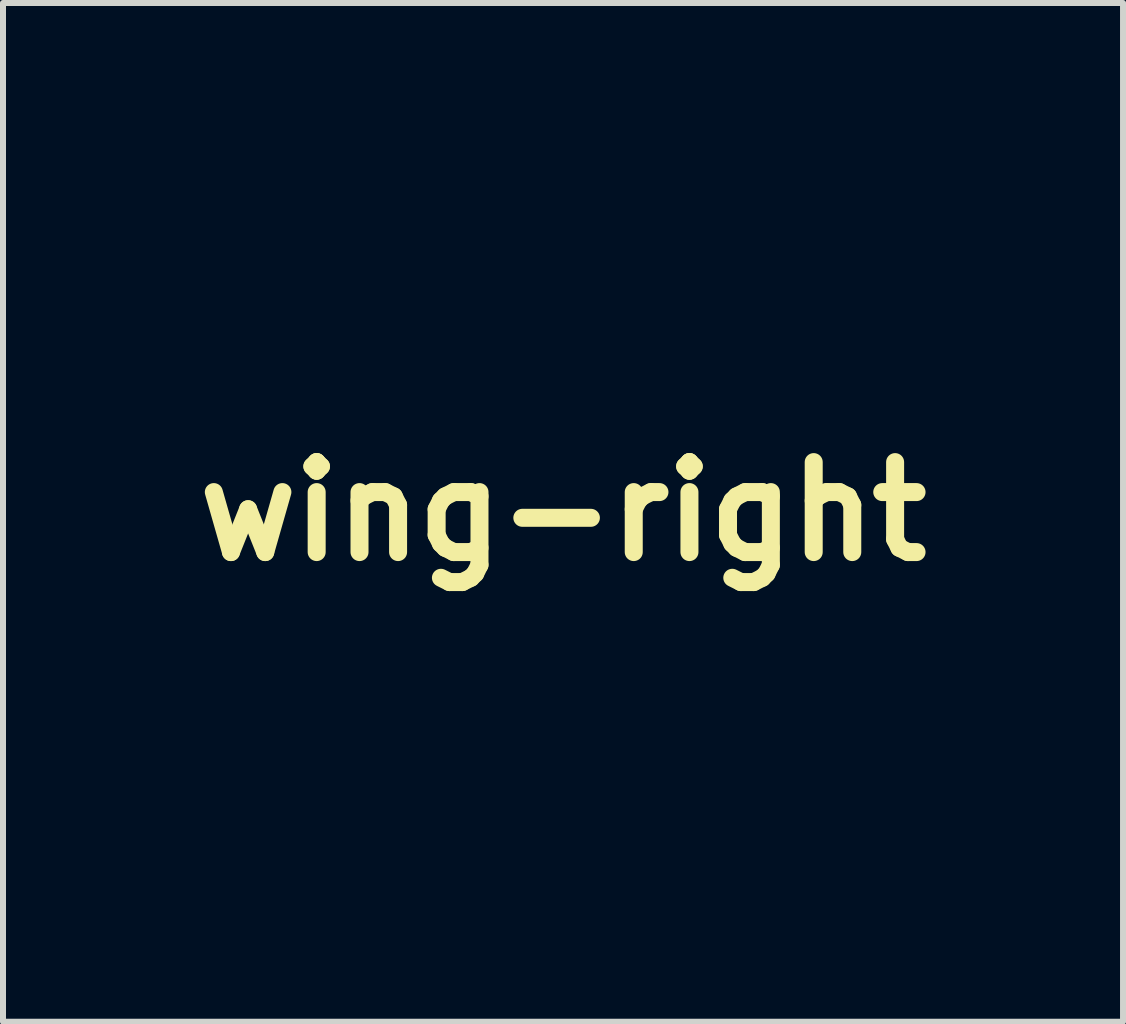
<source format=kicad_pcb>
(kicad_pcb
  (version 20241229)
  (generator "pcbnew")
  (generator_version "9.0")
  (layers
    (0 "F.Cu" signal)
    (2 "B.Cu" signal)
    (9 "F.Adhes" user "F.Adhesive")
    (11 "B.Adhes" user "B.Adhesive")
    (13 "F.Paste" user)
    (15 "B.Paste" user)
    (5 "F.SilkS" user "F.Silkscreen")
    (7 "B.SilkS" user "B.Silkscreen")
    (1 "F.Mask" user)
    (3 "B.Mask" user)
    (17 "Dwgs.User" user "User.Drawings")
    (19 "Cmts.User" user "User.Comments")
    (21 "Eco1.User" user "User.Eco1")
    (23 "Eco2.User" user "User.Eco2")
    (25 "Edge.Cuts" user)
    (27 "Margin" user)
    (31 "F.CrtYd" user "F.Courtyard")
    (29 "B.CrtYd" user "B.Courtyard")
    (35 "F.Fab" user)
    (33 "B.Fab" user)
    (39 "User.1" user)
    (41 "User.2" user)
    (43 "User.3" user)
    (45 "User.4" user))
  (footprint "wing-right"
    (layer "F.Cu")
    (at 6.336 5.475)
    (property "Reference" "wing-right" (at 0 0 0) (layer "F.SilkS") (effects (font (size 1.5 1.5) (thickness 0.3))))
    (attr board_only exclude_from_pos_files exclude_from_bom)
    (fp_poly (pts (xy -3.327 3.283) (xy -3.314 3.296) (xy -3.29 3.318) (xy -3.25 3.348) (xy -3.201 3.381) (xy -3.151 3.412) (xy -3.11 3.435) (xy -3.101 3.439) (xy -3.061 3.45) (xy -3.016 3.455) (xy -2.975 3.454) (xy -2.948 3.446) (xy -2.943 3.442) (xy -2.931 3.429) (xy -2.919 3.437) (xy -2.906 3.466) (xy -2.891 3.521) (xy -2.889 3.53) (xy -2.872 3.614) (xy -2.86 3.701) (xy -2.853 3.782) (xy -2.854 3.85) (xy -2.857 3.88) (xy -2.88 3.937) (xy -2.92 3.974) (xy -2.975 3.991) (xy -3.041 3.985) (xy -3.087 3.969) (xy -3.157 3.931) (xy -3.236 3.876) (xy -3.318 3.808) (xy -3.346 3.782) (xy -3.425 3.707) (xy -3.397 3.642) (xy -3.381 3.595) (xy -3.37 3.534) (xy -3.362 3.454) (xy -3.361 3.425) (xy -3.357 3.364) (xy -3.352 3.314) (xy -3.347 3.282) (xy -3.343 3.273)) (stroke (width 0) (type solid)) (fill yes) (layer "F.Mask"))
    (fp_poly (pts (xy -2.836 2.849) (xy -2.736 2.887) (xy -2.653 2.913) (xy -2.586 2.929) (xy -2.531 2.936) (xy -2.484 2.934) (xy -2.443 2.924) (xy -2.435 2.921) (xy -2.41 2.914) (xy -2.39 2.919) (xy -2.367 2.939) (xy -2.345 2.962) (xy -2.285 3.043) (xy -2.23 3.143) (xy -2.183 3.253) (xy -2.147 3.366) (xy -2.127 3.472) (xy -2.126 3.486) (xy -2.122 3.538) (xy -2.124 3.57) (xy -2.133 3.592) (xy -2.151 3.613) (xy -2.154 3.616) (xy -2.195 3.643) (xy -2.247 3.652) (xy -2.314 3.641) (xy -2.381 3.62) (xy -2.423 3.602) (xy -2.483 3.574) (xy -2.555 3.539) (xy -2.632 3.5) (xy -2.676 3.477) (xy -2.887 3.367) (xy -2.889 3.218) (xy -2.891 3.136) (xy -2.899 3.068) (xy -2.913 3.002) (xy -2.933 2.932) (xy -2.949 2.874) (xy -2.959 2.83) (xy -2.962 2.805) (xy -2.959 2.8)) (stroke (width 0) (type solid)) (fill yes) (layer "F.Mask"))
    (fp_poly (pts (xy -1.664 2.242) (xy -1.536 2.338) (xy -1.43 2.426) (xy -1.345 2.508) (xy -1.276 2.587) (xy -1.222 2.665) (xy -1.197 2.708) (xy -1.159 2.799) (xy -1.145 2.88) (xy -1.155 2.949) (xy -1.19 3.005) (xy -1.236 3.041) (xy -1.285 3.058) (xy -1.354 3.07) (xy -1.437 3.074) (xy -1.528 3.072) (xy -1.621 3.064) (xy -1.7 3.05) (xy -1.78 3.03) (xy -1.878 3.004) (xy -1.986 2.972) (xy -2.096 2.938) (xy -2.2 2.904) (xy -2.256 2.885) (xy -2.355 2.85) (xy -2.378 2.751) (xy -2.413 2.646) (xy -2.473 2.529) (xy -2.556 2.399) (xy -2.6 2.337) (xy -2.635 2.29) (xy -2.661 2.253) (xy -2.676 2.229) (xy -2.678 2.224) (xy -2.663 2.224) (xy -2.627 2.228) (xy -2.575 2.235) (xy -2.528 2.242) (xy -2.375 2.257) (xy -2.204 2.258) (xy -2.199 2.258) (xy -2.095 2.253) (xy -2.015 2.243) (xy -1.955 2.227) (xy -1.908 2.203) (xy -1.873 2.172) (xy -1.864 2.161) (xy -1.831 2.12)) (stroke (width 0) (type solid)) (fill yes) (layer "F.Mask"))
    (fp_poly (pts (xy -0.831 0.185) (xy -0.779 0.188) (xy -0.704 0.194) (xy -0.688 0.195) (xy -0.468 0.217) (xy -0.272 0.244) (xy -0.098 0.277) (xy 0.059 0.317) (xy 0.2 0.364) (xy 0.331 0.419) (xy 0.382 0.445) (xy 0.469 0.495) (xy 0.533 0.545) (xy 0.574 0.592) (xy 0.59 0.636) (xy 0.59 0.639) (xy 0.576 0.687) (xy 0.537 0.735) (xy 0.473 0.783) (xy 0.387 0.83) (xy 0.281 0.876) (xy 0.157 0.92) (xy 0.017 0.961) (xy -0.137 0.998) (xy -0.303 1.031) (xy -0.479 1.059) (xy -0.663 1.082) (xy -0.734 1.089) (xy -0.813 1.096) (xy -0.881 1.102) (xy -0.934 1.106) (xy -0.967 1.109) (xy -0.976 1.11) (xy -0.987 1.099) (xy -1.002 1.072) (xy -1.003 1.071) (xy -1.048 1.01) (xy -1.12 0.949) (xy -1.217 0.891) (xy -1.342 0.833) (xy -1.493 0.776) (xy -1.672 0.72) (xy -1.839 0.674) (xy -1.902 0.658) (xy -1.664 0.597) (xy -1.477 0.545) (xy -1.316 0.49) (xy -1.182 0.431) (xy -1.073 0.369) (xy -0.987 0.303) (xy -0.924 0.232) (xy -0.906 0.204) (xy -0.898 0.194) (xy -0.886 0.188) (xy -0.866 0.185)) (stroke (width 0) (type solid)) (fill yes) (layer "F.Mask"))
    (fp_poly (pts (xy -0.973 1.229) (xy -0.924 1.246) (xy -0.859 1.273) (xy -0.783 1.307) (xy -0.7 1.346) (xy -0.615 1.387) (xy -0.532 1.43) (xy -0.456 1.47) (xy -0.391 1.508) (xy -0.362 1.526) (xy -0.259 1.6) (xy -0.184 1.671) (xy -0.137 1.739) (xy -0.118 1.804) (xy -0.127 1.865) (xy -0.162 1.922) (xy -0.226 1.974) (xy -0.316 2.022) (xy -0.434 2.065) (xy -0.548 2.096) (xy -0.597 2.106) (xy -0.65 2.114) (xy -0.712 2.12) (xy -0.788 2.124) (xy -0.883 2.127) (xy -0.976 2.129) (xy -1.083 2.131) (xy -1.167 2.131) (xy -1.235 2.13) (xy -1.294 2.127) (xy -1.349 2.121) (xy -1.407 2.113) (xy -1.473 2.101) (xy -1.475 2.101) (xy -1.58 2.082) (xy -1.661 2.067) (xy -1.722 2.053) (xy -1.767 2.04) (xy -1.8 2.026) (xy -1.825 2.008) (xy -1.845 1.987) (xy -1.865 1.959) (xy -1.878 1.94) (xy -1.956 1.836) (xy -2.057 1.729) (xy -2.175 1.622) (xy -2.202 1.601) (xy -2.303 1.519) (xy -2.216 1.512) (xy -2.164 1.508) (xy -2.095 1.503) (xy -2.019 1.499) (xy -1.967 1.496) (xy -1.776 1.482) (xy -1.601 1.459) (xy -1.443 1.428) (xy -1.305 1.389) (xy -1.189 1.343) (xy -1.097 1.291) (xy -1.063 1.264) (xy -1.031 1.239) (xy -1.008 1.224) (xy -1.002 1.222)) (stroke (width 0) (type solid)) (fill yes) (layer "F.Mask"))
    (fp_poly (pts (xy 0.55 -1.028) (xy 0.596 -1.023) (xy 0.64 -1.014) (xy 0.688 -1) (xy 0.729 -0.986) (xy 0.829 -0.948) (xy 0.904 -0.91) (xy 0.955 -0.871) (xy 0.985 -0.828) (xy 0.997 -0.781) (xy 0.997 -0.772) (xy 0.985 -0.715) (xy 0.948 -0.655) (xy 0.886 -0.59) (xy 0.833 -0.548) (xy 0.751 -0.492) (xy 0.645 -0.431) (xy 0.521 -0.368) (xy 0.382 -0.303) (xy 0.233 -0.239) (xy 0.078 -0.178) (xy -0.079 -0.121) (xy -0.162 -0.094) (xy -0.224 -0.075) (xy -0.301 -0.053) (xy -0.387 -0.029) (xy -0.477 -0.005) (xy -0.568 0.019) (xy -0.654 0.04) (xy -0.731 0.059) (xy -0.794 0.073) (xy -0.838 0.082) (xy -0.857 0.084) (xy -0.885 0.072) (xy -0.898 0.053) (xy -0.921 0.016) (xy -0.962 -0.025) (xy -1.012 -0.064) (xy -1.026 -0.073) (xy -1.096 -0.106) (xy -1.19 -0.136) (xy -1.306 -0.162) (xy -1.437 -0.184) (xy -1.582 -0.2) (xy -1.699 -0.208) (xy -1.898 -0.218) (xy -1.724 -0.293) (xy -1.573 -0.362) (xy -1.439 -0.433) (xy -1.323 -0.504) (xy -1.227 -0.574) (xy -1.151 -0.641) (xy -1.099 -0.706) (xy -1.072 -0.765) (xy -1.068 -0.795) (xy -1.072 -0.829) (xy -1.081 -0.849) (xy -1.082 -0.85) (xy -1.096 -0.866) (xy -1.082 -0.879) (xy -1.042 -0.888) (xy -1.022 -0.891) (xy -0.988 -0.895) (xy -0.931 -0.901) (xy -0.855 -0.91) (xy -0.765 -0.92) (xy -0.666 -0.931) (xy -0.576 -0.941) (xy -0.401 -0.96) (xy -0.252 -0.977) (xy -0.124 -0.991) (xy -0.016 -1.002) (xy 0.075 -1.011) (xy 0.153 -1.018) (xy 0.221 -1.023) (xy 0.28 -1.026) (xy 0.334 -1.028) (xy 0.387 -1.029) (xy 0.414 -1.03) (xy 0.492 -1.03)) (stroke (width 0) (type solid)) (fill yes) (layer "F.Mask"))
    (fp_poly (pts (xy -1.515 -0.959) (xy -1.422 -0.952) (xy -1.345 -0.938) (xy -1.277 -0.916) (xy -1.212 -0.885) (xy -1.199 -0.877) (xy -1.152 -0.843) (xy -1.131 -0.809) (xy -1.135 -0.77) (xy -1.151 -0.738) (xy -1.179 -0.704) (xy -1.22 -0.667) (xy -1.277 -0.628) (xy -1.351 -0.584) (xy -1.445 -0.536) (xy -1.56 -0.481) (xy -1.698 -0.419) (xy -1.859 -0.35) (xy -1.972 -0.302) (xy -2.06 -0.264) (xy -2.127 -0.233) (xy -2.174 -0.209) (xy -2.204 -0.19) (xy -2.219 -0.175) (xy -2.221 -0.163) (xy -2.212 -0.152) (xy -2.204 -0.146) (xy -2.185 -0.142) (xy -2.143 -0.137) (xy -2.082 -0.131) (xy -2.006 -0.125) (xy -1.92 -0.118) (xy -1.898 -0.117) (xy -1.697 -0.101) (xy -1.524 -0.083) (xy -1.377 -0.061) (xy -1.255 -0.037) (xy -1.158 -0.009) (xy -1.085 0.023) (xy -1.035 0.059) (xy -1.007 0.099) (xy -1.005 0.103) (xy -1.002 0.15) (xy -1.025 0.196) (xy -1.074 0.243) (xy -1.15 0.29) (xy -1.253 0.337) (xy -1.383 0.385) (xy -1.54 0.434) (xy -1.725 0.483) (xy -1.938 0.533) (xy -2.009 0.549) (xy -2.131 0.577) (xy -2.225 0.603) (xy -2.291 0.627) (xy -2.33 0.649) (xy -2.338 0.658) (xy -2.334 0.675) (xy -2.308 0.697) (xy -2.265 0.72) (xy -2.212 0.742) (xy -2.185 0.751) (xy -2.148 0.76) (xy -2.09 0.775) (xy -2.016 0.793) (xy -1.933 0.812) (xy -1.861 0.829) (xy -1.698 0.868) (xy -1.56 0.902) (xy -1.445 0.934) (xy -1.353 0.964) (xy -1.281 0.992) (xy -1.226 1.02) (xy -1.188 1.047) (xy -1.163 1.075) (xy -1.159 1.083) (xy -1.146 1.125) (xy -1.158 1.161) (xy -1.196 1.194) (xy -1.22 1.207) (xy -1.27 1.229) (xy -1.329 1.249) (xy -1.4 1.267) (xy -1.485 1.283) (xy -1.587 1.298) (xy -1.709 1.312) (xy -1.854 1.325) (xy -2.023 1.339) (xy -2.058 1.342) (xy -2.2 1.353) (xy -2.315 1.363) (xy -2.407 1.373) (xy -2.477 1.382) (xy -2.528 1.392) (xy -2.562 1.401) (xy -2.573 1.406) (xy -2.59 1.417) (xy -2.591 1.429) (xy -2.575 1.45) (xy -2.562 1.464) (xy -2.537 1.488) (xy -2.495 1.525) (xy -2.442 1.572) (xy -2.382 1.624) (xy -2.353 1.648) (xy -2.247 1.739) (xy -2.161 1.814) (xy -2.094 1.876) (xy -2.043 1.928) (xy -2.007 1.971) (xy -1.984 2.008) (xy -1.971 2.04) (xy -1.967 2.07) (xy -1.967 2.071) (xy -1.98 2.106) (xy -2.018 2.131) (xy -2.081 2.148) (xy -2.165 2.155) (xy -2.271 2.153) (xy -2.397 2.142) (xy -2.542 2.121) (xy -2.574 2.116) (xy -2.685 2.097) (xy -2.77 2.085) (xy -2.832 2.08) (xy -2.872 2.082) (xy -2.891 2.09) (xy -2.894 2.097) (xy -2.886 2.114) (xy -2.864 2.149) (xy -2.832 2.199) (xy -2.791 2.261) (xy -2.751 2.318) (xy -2.674 2.429) (xy -2.613 2.52) (xy -2.565 2.594) (xy -2.529 2.653) (xy -2.504 2.7) (xy -2.489 2.737) (xy -2.48 2.767) (xy -2.479 2.781) (xy -2.479 2.82) (xy -2.49 2.84) (xy -2.499 2.844) (xy -2.532 2.845) (xy -2.586 2.835) (xy -2.657 2.814) (xy -2.74 2.785) (xy -2.806 2.759) (xy -2.918 2.713) (xy -3.005 2.68) (xy -3.067 2.658) (xy -3.105 2.647) (xy -3.116 2.648) (xy -3.118 2.659) (xy -3.115 2.686) (xy -3.105 2.73) (xy -3.088 2.793) (xy -3.063 2.879) (xy -3.042 2.95) (xy -3.013 3.055) (xy -2.993 3.149) (xy -2.982 3.228) (xy -2.98 3.289) (xy -2.988 3.329) (xy -2.992 3.336) (xy -3.016 3.355) (xy -3.047 3.359) (xy -3.089 3.348) (xy -3.143 3.32) (xy -3.213 3.274) (xy -3.275 3.23) (xy -3.333 3.189) (xy -3.374 3.167) (xy -3.399 3.164) (xy -3.412 3.178) (xy -3.415 3.2) (xy -3.416 3.228) (xy -3.417 3.278) (xy -3.418 3.342) (xy -3.419 3.414) (xy -3.419 3.415) (xy -3.422 3.493) (xy -3.425 3.549) (xy -3.431 3.589) (xy -3.44 3.619) (xy -3.451 3.64) (xy -3.485 3.679) (xy -3.53 3.694) (xy -3.585 3.683) (xy -3.645 3.652) (xy -3.685 3.623) (xy -3.735 3.582) (xy -3.788 3.535) (xy -3.839 3.488) (xy -3.882 3.444) (xy -3.913 3.409) (xy -3.921 3.396) (xy -3.927 3.382) (xy -3.919 3.382) (xy -3.892 3.397) (xy -3.889 3.4) (xy -3.852 3.418) (xy -3.821 3.428) (xy -3.817 3.428) (xy -3.763 3.415) (xy -3.717 3.376) (xy -3.679 3.315) (xy -3.651 3.234) (xy -3.633 3.133) (xy -3.626 3.017) (xy -3.627 2.943) (xy -3.634 2.796) (xy -3.57 2.795) (xy -3.488 2.785) (xy -3.422 2.755) (xy -3.374 2.708) (xy -3.348 2.647) (xy -3.344 2.606) (xy -3.354 2.532) (xy -3.384 2.447) (xy -3.431 2.356) (xy -3.491 2.264) (xy -3.561 2.179) (xy -3.563 2.177) (xy -3.627 2.109) (xy -3.555 2.078) (xy -3.485 2.037) (xy -3.43 1.984) (xy -3.397 1.924) (xy -3.392 1.903) (xy -3.393 1.838) (xy -3.418 1.767) (xy -3.464 1.695) (xy -3.528 1.625) (xy -3.608 1.56) (xy -3.7 1.504) (xy -3.712 1.498) (xy -3.761 1.473) (xy -3.799 1.453) (xy -3.819 1.441) (xy -3.821 1.439) (xy -3.813 1.426) (xy -3.793 1.397) (xy -3.771 1.368) (xy -3.716 1.282) (xy -3.687 1.206) (xy -3.684 1.138) (xy -3.707 1.08) (xy -3.757 1.031) (xy -3.784 1.015) (xy -3.79 1.013) (xy -3.428 1.013) (xy -3.415 1.028) (xy -3.378 1.05) (xy -3.314 1.078) (xy -3.229 1.111) (xy -3.101 1.162) (xy -2.999 1.213) (xy -2.923 1.262) (xy -2.886 1.296) (xy -2.85 1.343) (xy -2.829 1.387) (xy -2.827 1.422) (xy -2.834 1.435) (xy -2.859 1.446) (xy -2.906 1.457) (xy -2.968 1.466) (xy -3.039 1.471) (xy -3.112 1.473) (xy -3.164 1.472) (xy -3.228 1.47) (xy -3.265 1.471) (xy -3.277 1.474) (xy -3.261 1.479) (xy -3.218 1.486) (xy -3.193 1.489) (xy -3.117 1.496) (xy -3.035 1.5) (xy -2.953 1.501) (xy -2.879 1.498) (xy -2.822 1.492) (xy -2.803 1.488) (xy -2.76 1.472) (xy -2.727 1.454) (xy -2.722 1.45) (xy -2.701 1.414) (xy -2.7 1.367) (xy -2.719 1.315) (xy -2.737 1.289) (xy -2.775 1.245) (xy -2.815 1.208) (xy -2.865 1.173) (xy -2.929 1.135) (xy -3.013 1.092) (xy -3.164 1.017) (xy -3.025 0.993) (xy -2.889 0.964) (xy -2.77 0.928) (xy -2.67 0.887) (xy -2.59 0.842) (xy -2.533 0.793) (xy -2.5 0.741) (xy -2.492 0.688) (xy -2.493 0.682) (xy -2.518 0.625) (xy -2.57 0.572) (xy -2.649 0.522) (xy -2.753 0.475) (xy -2.883 0.433) (xy -3.012 0.401) (xy -3.031 0.396) (xy -3.036 0.389) (xy -3.026 0.378) (xy -2.996 0.359) (xy -2.948 0.331) (xy -2.808 0.247) (xy -2.695 0.169) (xy -2.608 0.095) (xy -2.544 0.024) (xy -2.53 0.004) (xy -2.496 -0.065) (xy -2.488 -0.126) (xy -2.508 -0.18) (xy -2.553 -0.224) (xy -2.625 -0.258) (xy -2.636 -0.262) (xy -2.709 -0.276) (xy -2.804 -0.283) (xy -2.914 -0.282) (xy -3.034 -0.273) (xy -3.159 -0.258) (xy -3.283 -0.235) (xy -3.358 -0.218) (xy -3.392 -0.209) (xy -3.408 -0.204) (xy -3.404 -0.202) (xy -3.377 -0.203) (xy -3.326 -0.206) (xy -3.294 -0.208) (xy -3.229 -0.212) (xy -3.145 -0.214) (xy -3.051 -0.216) (xy -2.957 -0.217) (xy -2.922 -0.217) (xy -2.833 -0.217) (xy -2.767 -0.215) (xy -2.719 -0.212) (xy -2.684 -0.207) (xy -2.657 -0.199) (xy -2.634 -0.189) (xy -2.592 -0.16) (xy -2.575 -0.124) (xy -2.582 -0.083) (xy -2.615 -0.034) (xy -2.672 0.021) (xy -2.756 0.084) (xy -2.865 0.155) (xy -3.001 0.234) (xy -3.042 0.256) (xy -3.112 0.295) (xy -3.182 0.332) (xy -3.243 0.364) (xy -3.289 0.387) (xy -3.291 0.388) (xy -3.333 0.41) (xy -3.362 0.428) (xy -3.372 0.437) (xy -3.359 0.448) (xy -3.321 0.463) (xy -3.257 0.483) (xy -3.166 0.509) (xy -3.098 0.527) (xy -2.956 0.566) (xy -2.839 0.603) (xy -2.748 0.637) (xy -2.683 0.668) (xy -2.645 0.696) (xy -2.636 0.71) (xy -2.638 0.74) (xy -2.668 0.77) (xy -2.725 0.801) (xy -2.81 0.831) (xy -2.923 0.862) (xy -3.063 0.892) (xy -3.181 0.917) (xy -3.273 0.939) (xy -3.342 0.958) (xy -3.389 0.976) (xy -3.417 0.993) (xy -3.428 1.009) (xy -3.428 1.013) (xy -3.79 1.013) (xy -3.83 1) (xy -3.897 0.991) (xy -3.979 0.989) (xy -4.068 0.993) (xy -4.159 1.003) (xy -4.245 1.018) (xy -4.292 1.031) (xy -4.395 1.066) (xy -4.503 1.112) (xy -4.607 1.163) (xy -4.697 1.216) (xy -4.745 1.25) (xy -4.784 1.278) (xy -4.808 1.289) (xy -4.816 1.281) (xy -4.812 1.252) (xy -4.794 1.2) (xy -4.784 1.173) (xy -4.736 1.06) (xy -4.671 0.932) (xy -4.593 0.794) (xy -4.504 0.65) (xy -4.408 0.505) (xy -4.309 0.365) (xy -4.209 0.233) (xy -4.111 0.116) (xy -4.042 0.04) (xy -3.953 -0.042) (xy -3.84 -0.129) (xy -3.706 -0.219) (xy -3.555 -0.311) (xy -3.39 -0.403) (xy -3.214 -0.493) (xy -3.031 -0.579) (xy -2.845 -0.66) (xy -2.658 -0.734) (xy -2.474 -0.799) (xy -2.296 -0.855) (xy -2.268 -0.862) (xy -2.139 -0.896) (xy -2.029 -0.922) (xy -1.932 -0.94) (xy -1.84 -0.952) (xy -1.747 -0.959) (xy -1.645 -0.961) (xy -1.63 -0.961)) (stroke (width 0) (type solid)) (fill yes) (layer "F.Mask"))
    (fp_poly (pts (xy 5.614 -5.475) (xy 5.614 -5.46) (xy 5.609 -5.422) (xy 5.601 -5.365) (xy 5.59 -5.294) (xy 5.579 -5.225) (xy 5.511 -4.876) (xy 5.43 -4.55) (xy 5.335 -4.247) (xy 5.225 -3.964) (xy 5.099 -3.7) (xy 4.957 -3.454) (xy 4.799 -3.225) (xy 4.623 -3.01) (xy 4.532 -2.912) (xy 4.418 -2.797) (xy 4.299 -2.687) (xy 4.172 -2.578) (xy 4.032 -2.465) (xy 3.873 -2.345) (xy 3.792 -2.286) (xy 3.787 -2.28) (xy 3.804 -2.285) (xy 3.839 -2.301) (xy 3.856 -2.309) (xy 4.03 -2.385) (xy 4.212 -2.452) (xy 4.409 -2.509) (xy 4.621 -2.557) (xy 4.855 -2.598) (xy 5.112 -2.633) (xy 5.121 -2.634) (xy 5.204 -2.644) (xy 5.264 -2.65) (xy 5.303 -2.653) (xy 5.326 -2.651) (xy 5.336 -2.644) (xy 5.337 -2.632) (xy 5.334 -2.614) (xy 5.332 -2.603) (xy 5.31 -2.512) (xy 5.275 -2.403) (xy 5.229 -2.284) (xy 5.177 -2.159) (xy 5.119 -2.036) (xy 5.059 -1.919) (xy 5.005 -1.826) (xy 4.853 -1.604) (xy 4.676 -1.389) (xy 4.477 -1.184) (xy 4.258 -0.991) (xy 4.023 -0.812) (xy 3.774 -0.649) (xy 3.514 -0.504) (xy 3.246 -0.379) (xy 3.048 -0.303) (xy 2.885 -0.246) (xy 3.067 -0.242) (xy 3.265 -0.231) (xy 3.451 -0.203) (xy 3.621 -0.161) (xy 3.773 -0.105) (xy 3.905 -0.035) (xy 4.004 0.039) (xy 4.065 0.093) (xy 4.019 0.161) (xy 3.923 0.288) (xy 3.813 0.416) (xy 3.693 0.54) (xy 3.57 0.653) (xy 3.45 0.75) (xy 3.397 0.787) (xy 3.242 0.882) (xy 3.078 0.965) (xy 2.905 1.035) (xy 2.718 1.094) (xy 2.516 1.143) (xy 2.295 1.181) (xy 2.055 1.21) (xy 1.791 1.229) (xy 1.609 1.238) (xy 1.588 1.24) (xy 1.59 1.243) (xy 1.618 1.25) (xy 1.63 1.253) (xy 1.84 1.308) (xy 2.044 1.382) (xy 2.239 1.472) (xy 2.418 1.577) (xy 2.579 1.693) (xy 2.691 1.793) (xy 2.742 1.848) (xy 2.794 1.908) (xy 2.841 1.97) (xy 2.88 2.026) (xy 2.909 2.074) (xy 2.922 2.107) (xy 2.922 2.113) (xy 2.91 2.137) (xy 2.875 2.169) (xy 2.824 2.206) (xy 2.758 2.246) (xy 2.684 2.286) (xy 2.605 2.324) (xy 2.525 2.357) (xy 2.481 2.372) (xy 2.339 2.413) (xy 2.199 2.44) (xy 2.051 2.454) (xy 1.888 2.456) (xy 1.841 2.454) (xy 1.706 2.447) (xy 1.596 2.435) (xy 1.513 2.419) (xy 1.404 2.392) (xy 1.518 2.505) (xy 1.646 2.65) (xy 1.762 2.818) (xy 1.864 3.004) (xy 1.949 3.205) (xy 1.985 3.308) (xy 2.017 3.416) (xy 2.045 3.525) (xy 2.066 3.627) (xy 2.08 3.713) (xy 2.082 3.737) (xy 2.086 3.786) (xy 1.861 3.785) (xy 1.731 3.781) (xy 1.614 3.773) (xy 1.5 3.758) (xy 1.381 3.735) (xy 1.248 3.703) (xy 1.208 3.693) (xy 1.058 3.649) (xy 0.911 3.597) (xy 0.774 3.54) (xy 0.654 3.48) (xy 0.558 3.422) (xy 0.525 3.4) (xy 0.503 3.387) (xy 0.499 3.386) (xy 0.503 3.397) (xy 0.518 3.427) (xy 0.542 3.471) (xy 0.555 3.495) (xy 0.652 3.694) (xy 0.723 3.904) (xy 0.733 3.943) (xy 0.748 4.007) (xy 0.757 4.07) (xy 0.762 4.14) (xy 0.764 4.227) (xy 0.765 4.264) (xy 0.763 4.367) (xy 0.758 4.454) (xy 0.747 4.534) (xy 0.73 4.615) (xy 0.704 4.709) (xy 0.687 4.765) (xy 0.663 4.839) (xy 0.645 4.89) (xy 0.626 4.922) (xy 0.603 4.937) (xy 0.57 4.941) (xy 0.523 4.935) (xy 0.47 4.926) (xy 0.284 4.883) (xy 0.103 4.82) (xy -0.071 4.739) (xy -0.232 4.642) (xy -0.376 4.532) (xy -0.498 4.41) (xy -0.533 4.369) (xy -0.583 4.305) (xy -0.584 4.523) (xy -0.585 4.611) (xy -0.587 4.678) (xy -0.592 4.731) (xy -0.599 4.777) (xy -0.611 4.823) (xy -0.622 4.863) (xy -0.669 5) (xy -0.721 5.117) (xy -0.783 5.222) (xy -0.859 5.323) (xy -0.933 5.405) (xy -0.974 5.448) (xy -1.009 5.482) (xy -1.031 5.503) (xy -1.038 5.507) (xy -1.051 5.498) (xy -1.081 5.474) (xy -1.126 5.437) (xy -1.18 5.392) (xy -1.221 5.357) (xy -1.421 5.169) (xy -1.594 4.974) (xy -1.742 4.771) (xy -1.863 4.559) (xy -1.958 4.338) (xy -1.983 4.268) (xy -1.989 4.25) (xy -0.618 4.25) (xy -0.611 4.257) (xy -0.604 4.25) (xy -0.611 4.243) (xy -0.618 4.25) (xy -1.989 4.25) (xy -2.03 4.123) (xy -2.039 4.278) (xy -2.06 4.478) (xy -2.097 4.658) (xy -2.153 4.821) (xy -2.229 4.97) (xy -2.325 5.109) (xy -2.333 5.119) (xy -2.371 5.165) (xy -2.405 5.201) (xy -2.429 5.222) (xy -2.436 5.226) (xy -2.454 5.217) (xy -2.484 5.191) (xy -2.522 5.155) (xy -2.534 5.142) (xy -2.612 5.044) (xy -2.676 4.925) (xy -2.726 4.785) (xy -2.764 4.622) (xy -2.781 4.503) (xy -2.791 4.422) (xy -2.799 4.368) (xy -2.807 4.339) (xy -2.815 4.334) (xy -2.825 4.35) (xy -2.838 4.387) (xy -2.851 4.426) (xy -2.9 4.556) (xy -2.961 4.68) (xy -3.032 4.795) (xy -3.109 4.896) (xy -3.189 4.979) (xy -3.269 5.039) (xy -3.282 5.046) (xy -3.34 5.076) (xy -3.381 5.088) (xy -3.411 5.082) (xy -3.436 5.055) (xy -3.464 5.005) (xy -3.471 4.992) (xy -3.537 4.838) (xy -3.582 4.679) (xy -3.608 4.51) (xy -3.615 4.362) (xy -3.617 4.208) (xy -3.68 4.334) (xy -3.762 4.477) (xy -3.849 4.593) (xy -3.941 4.683) (xy -4.03 4.741) (xy -4.062 4.755) (xy -4.081 4.756) (xy -4.1 4.743) (xy -4.103 4.74) (xy -4.151 4.684) (xy -4.196 4.606) (xy -4.236 4.514) (xy -4.268 4.413) (xy -4.289 4.312) (xy -4.293 4.279) (xy -4.3 4.232) (xy -4.307 4.199) (xy -4.313 4.187) (xy -4.326 4.197) (xy -4.348 4.225) (xy -4.362 4.245) (xy -4.423 4.326) (xy -4.492 4.399) (xy -4.564 4.46) (xy -4.634 4.504) (xy -4.689 4.524) (xy -4.726 4.529) (xy -4.754 4.518) (xy -4.772 4.502) (xy -4.814 4.443) (xy -4.849 4.359) (xy -4.877 4.252) (xy -4.895 4.125) (xy -4.896 4.112) (xy -4.905 4.017) (xy -4.959 4.065) (xy -5.051 4.134) (xy -5.16 4.194) (xy -5.215 4.217) (xy -5.289 4.245) (xy -5.313 4.214) (xy -5.347 4.155) (xy -5.374 4.069) (xy -5.393 3.959) (xy -5.404 3.825) (xy -5.405 3.798) (xy -5.407 3.723) (xy -5.407 3.654) (xy -5.406 3.6) (xy -5.403 3.565) (xy -5.402 3.559) (xy -5.396 3.539) (xy -5.39 3.537) (xy -5.382 3.556) (xy -5.372 3.596) (xy -5.339 3.681) (xy -5.294 3.741) (xy -5.239 3.777) (xy -5.175 3.787) (xy -5.106 3.77) (xy -5.033 3.726) (xy -5.012 3.709) (xy -4.948 3.653) (xy -4.939 3.688) (xy -4.918 3.729) (xy -4.881 3.771) (xy -4.835 3.807) (xy -4.791 3.826) (xy -4.79 3.826) (xy -4.724 3.826) (xy -4.654 3.803) (xy -4.586 3.76) (xy -4.524 3.702) (xy -4.475 3.631) (xy -4.466 3.613) (xy -4.448 3.575) (xy -4.435 3.549) (xy -4.432 3.543) (xy -4.418 3.546) (xy -4.39 3.562) (xy -4.354 3.586) (xy -4.317 3.613) (xy -4.286 3.638) (xy -4.267 3.657) (xy -4.266 3.66) (xy -4.259 3.698) (xy -4.257 3.756) (xy -4.26 3.829) (xy -4.268 3.909) (xy -4.279 3.988) (xy -4.288 4.045) (xy -4.294 4.091) (xy -4.296 4.119) (xy -4.295 4.125) (xy -4.287 4.118) (xy -4.274 4.089) (xy -4.259 4.043) (xy -4.243 3.986) (xy -4.227 3.923) (xy -4.213 3.86) (xy -4.203 3.801) (xy -4.2 3.778) (xy -4.191 3.713) (xy -4.182 3.67) (xy -4.171 3.642) (xy -4.156 3.622) (xy -4.15 3.618) (xy -4.118 3.578) (xy -4.088 3.521) (xy -4.063 3.454) (xy -4.052 3.403) (xy -4.044 3.367) (xy -4.036 3.346) (xy -4.034 3.344) (xy -4.023 3.355) (xy -4.003 3.384) (xy -3.985 3.414) (xy -3.936 3.489) (xy -3.873 3.563) (xy -3.804 3.63) (xy -3.733 3.686) (xy -3.665 3.727) (xy -3.611 3.746) (xy -3.565 3.755) (xy -3.575 3.883) (xy -3.581 3.952) (xy -3.589 4.02) (xy -3.596 4.076) (xy -3.597 4.087) (xy -3.603 4.13) (xy -3.605 4.161) (xy -3.604 4.169) (xy -3.597 4.161) (xy -3.585 4.132) (xy -3.571 4.089) (xy -3.556 4.038) (xy -3.542 3.987) (xy -3.532 3.941) (xy -3.526 3.908) (xy -3.526 3.901) (xy -3.523 3.826) (xy -3.513 3.777) (xy -3.494 3.752) (xy -3.465 3.753) (xy -3.424 3.777) (xy -3.369 3.826) (xy -3.347 3.847) (xy -3.278 3.91) (xy -3.208 3.965) (xy -3.149 4.002) (xy -3.098 4.027) (xy -3.06 4.041) (xy -3.022 4.045) (xy -2.973 4.043) (xy -2.97 4.042) (xy -2.882 4.035) (xy -2.861 4.087) (xy -2.844 4.137) (xy -2.831 4.188) (xy -2.83 4.191) (xy -2.821 4.224) (xy -2.81 4.242) (xy -2.808 4.243) (xy -2.8 4.23) (xy -2.797 4.197) (xy -2.797 4.152) (xy -2.801 4.101) (xy -2.809 4.053) (xy -2.81 4.051) (xy -2.816 4.004) (xy -2.808 3.964) (xy -2.8 3.946) (xy -2.781 3.887) (xy -2.772 3.81) (xy -2.772 3.723) (xy -2.782 3.634) (xy -2.793 3.582) (xy -2.806 3.532) (xy -2.815 3.494) (xy -2.818 3.475) (xy -2.818 3.474) (xy -2.805 3.479) (xy -2.776 3.495) (xy -2.746 3.514) (xy -2.649 3.571) (xy -2.55 3.622) (xy -2.453 3.665) (xy -2.364 3.698) (xy -2.288 3.717) (xy -2.239 3.723) (xy -2.197 3.732) (xy -2.161 3.763) (xy -2.159 3.765) (xy -2.126 3.815) (xy -2.096 3.883) (xy -2.071 3.958) (xy -2.059 4.014) (xy -2.05 4.051) (xy -2.04 4.072) (xy -2.036 4.074) (xy -2.029 4.062) (xy -2.03 4.028) (xy -2.036 3.978) (xy -2.049 3.919) (xy -2.066 3.854) (xy -2.079 3.812) (xy -2.118 3.698) (xy -2.089 3.669) (xy -2.067 3.63) (xy -2.055 3.571) (xy -2.053 3.501) (xy -2.063 3.426) (xy -2.072 3.391) (xy -2.102 3.307) (xy -2.144 3.21) (xy -2.195 3.109) (xy -2.239 3.031) (xy -2.262 2.991) (xy -2.276 2.962) (xy -2.278 2.95) (xy -2.278 2.95) (xy -2.261 2.955) (xy -2.225 2.969) (xy -2.177 2.989) (xy -2.156 2.997) (xy -2.03 3.047) (xy -1.902 3.092) (xy -1.776 3.13) (xy -1.659 3.159) (xy -1.555 3.18) (xy -1.47 3.189) (xy -1.456 3.19) (xy -1.428 3.194) (xy -1.402 3.21) (xy -1.371 3.244) (xy -1.356 3.263) (xy -1.329 3.298) (xy -1.288 3.349) (xy -1.238 3.412) (xy -1.181 3.482) (xy -1.122 3.554) (xy -1.122 3.554) (xy -1.005 3.7) (xy -0.905 3.828) (xy -0.821 3.94) (xy -0.75 4.039) (xy -0.692 4.126) (xy -0.692 4.127) (xy -0.662 4.172) (xy -0.639 4.205) (xy -0.624 4.222) (xy -0.622 4.223) (xy -0.625 4.208) (xy -0.639 4.174) (xy -0.661 4.125) (xy -0.69 4.066) (xy -0.722 4.002) (xy -0.755 3.938) (xy -0.787 3.879) (xy -0.815 3.83) (xy -0.816 3.828) (xy -0.878 3.732) (xy -0.948 3.635) (xy -1.03 3.532) (xy -1.128 3.42) (xy -1.178 3.365) (xy -1.23 3.308) (xy -1.273 3.258) (xy -1.306 3.219) (xy -1.324 3.195) (xy -1.327 3.188) (xy -1.311 3.18) (xy -1.278 3.172) (xy -1.272 3.171) (xy -1.208 3.15) (xy -1.14 3.112) (xy -1.08 3.063) (xy -1.052 3.03) (xy -1.025 2.986) (xy -1.014 2.942) (xy -1.012 2.899) (xy -1.02 2.824) (xy -1.046 2.748) (xy -1.091 2.666) (xy -1.157 2.578) (xy -1.246 2.48) (xy -1.296 2.43) (xy -1.341 2.385) (xy -1.368 2.357) (xy -1.378 2.344) (xy -1.373 2.341) (xy -1.354 2.348) (xy -1.342 2.353) (xy -1.142 2.435) (xy -0.96 2.514) (xy -0.792 2.592) (xy -0.633 2.671) (xy -0.477 2.754) (xy -0.32 2.844) (xy -0.158 2.942) (xy 0.015 3.053) (xy 0.203 3.177) (xy 0.281 3.23) (xy 0.471 3.359) (xy 0.372 3.266) (xy 0.163 3.08) (xy -0.057 2.907) (xy -0.284 2.751) (xy -0.51 2.614) (xy -0.63 2.551) (xy -0.702 2.515) (xy -0.768 2.484) (xy -0.835 2.455) (xy -0.907 2.426) (xy -0.989 2.394) (xy -1.086 2.359) (xy -1.204 2.317) (xy -1.229 2.308) (xy -1.312 2.279) (xy -1.383 2.254) (xy -1.438 2.233) (xy -1.475 2.219) (xy -1.49 2.212) (xy -1.488 2.212) (xy -1.261 2.251) (xy -1.055 2.273) (xy -0.866 2.28) (xy -0.691 2.271) (xy -0.528 2.246) (xy -0.373 2.204) (xy -0.316 2.185) (xy -0.228 2.153) (xy -0.158 2.131) (xy -0.096 2.117) (xy -0.035 2.109) (xy 0.035 2.105) (xy 0.105 2.105) (xy 0.21 2.107) (xy 0.317 2.116) (xy 0.429 2.131) (xy 0.55 2.154) (xy 0.684 2.184) (xy 0.835 2.223) (xy 1.006 2.272) (xy 1.11 2.303) (xy 1.185 2.325) (xy 1.251 2.344) (xy 1.303 2.359) (xy 1.335 2.367) (xy 1.345 2.368) (xy 1.334 2.362) (xy 1.302 2.346) (xy 1.251 2.322) (xy 1.187 2.293) (xy 1.113 2.259) (xy 1.032 2.224) (xy 0.95 2.188) (xy 0.869 2.153) (xy 0.795 2.121) (xy 0.73 2.094) (xy 0.679 2.073) (xy 0.672 2.071) (xy 0.474 2.002) (xy 0.288 1.956) (xy 0.181 1.939) (xy 0.045 1.921) (xy 0.046 1.856) (xy 0.038 1.785) (xy 0.008 1.715) (xy -0.044 1.643) (xy -0.084 1.601) (xy -0.181 1.517) (xy -0.304 1.43) (xy -0.454 1.343) (xy -0.552 1.293) (xy -0.612 1.262) (xy -0.66 1.235) (xy -0.691 1.214) (xy -0.703 1.202) (xy -0.702 1.201) (xy -0.683 1.198) (xy -0.639 1.196) (xy -0.573 1.194) (xy -0.487 1.192) (xy -0.384 1.191) (xy -0.268 1.191) (xy -0.141 1.191) (xy -0.006 1.192) (xy 0.134 1.193) (xy 0.276 1.194) (xy 0.417 1.196) (xy 0.555 1.198) (xy 0.686 1.201) (xy 0.808 1.204) (xy 0.917 1.207) (xy 1.012 1.211) (xy 1.054 1.213) (xy 1.158 1.218) (xy 1.254 1.223) (xy 1.336 1.226) (xy 1.402 1.229) (xy 1.448 1.23) (xy 1.471 1.23) (xy 1.472 1.23) (xy 1.462 1.225) (xy 1.429 1.215) (xy 1.377 1.202) (xy 1.313 1.186) (xy 1.24 1.169) (xy 1.163 1.152) (xy 1.087 1.135) (xy 1.017 1.121) (xy 0.957 1.11) (xy 0.927 1.104) (xy 0.796 1.086) (xy 0.64 1.069) (xy 0.46 1.052) (xy 0.375 1.046) (xy 0.251 1.036) (xy 0.403 0.961) (xy 0.528 0.893) (xy 0.624 0.826) (xy 0.692 0.759) (xy 0.733 0.694) (xy 0.746 0.629) (xy 0.73 0.566) (xy 0.687 0.504) (xy 0.616 0.444) (xy 0.516 0.384) (xy 0.507 0.38) (xy 0.406 0.335) (xy 0.281 0.292) (xy 0.14 0.25) (xy -0.012 0.212) (xy -0.171 0.18) (xy -0.329 0.153) (xy -0.452 0.138) (xy -0.516 0.131) (xy -0.568 0.125) (xy -0.602 0.12) (xy -0.614 0.117) (xy -0.599 0.113) (xy -0.562 0.104) (xy -0.507 0.09) (xy -0.436 0.074) (xy -0.358 0.055) (xy -0.268 0.034) (xy -0.178 0.011) (xy -0.096 -0.011) (xy -0.028 -0.031) (xy 0.007 -0.042) (xy 0.04 -0.054) (xy 0.071 -0.063) (xy 0.103 -0.07) (xy 0.14 -0.076) (xy 0.185 -0.081) (xy 0.244 -0.085) (xy 0.319 -0.089) (xy 0.414 -0.093) (xy 0.533 -0.097) (xy 0.541 -0.098) (xy 0.784 -0.107) (xy 1.02 -0.117) (xy 1.249 -0.128) (xy 1.469 -0.138) (xy 1.678 -0.149) (xy 1.874 -0.161) (xy 2.056 -0.172) (xy 2.222 -0.183) (xy 2.371 -0.194) (xy 2.501 -0.204) (xy 2.61 -0.215) (xy 2.697 -0.224) (xy 2.76 -0.233) (xy 2.797 -0.242) (xy 2.807 -0.247) (xy 2.796 -0.249) (xy 2.76 -0.251) (xy 2.7 -0.252) (xy 2.619 -0.252) (xy 2.519 -0.252) (xy 2.404 -0.251) (xy 2.275 -0.249) (xy 2.135 -0.247) (xy 1.986 -0.245) (xy 1.83 -0.242) (xy 1.67 -0.239) (xy 1.509 -0.235) (xy 1.349 -0.232) (xy 1.192 -0.228) (xy 1.04 -0.224) (xy 0.896 -0.219) (xy 0.763 -0.215) (xy 0.642 -0.211) (xy 0.537 -0.206) (xy 0.457 -0.202) (xy 0.288 -0.193) (xy 0.428 -0.267) (xy 0.505 -0.309) (xy 0.59 -0.358) (xy 0.671 -0.408) (xy 0.702 -0.428) (xy 0.827 -0.516) (xy 0.925 -0.598) (xy 0.995 -0.674) (xy 1.038 -0.744) (xy 1.053 -0.808) (xy 1.042 -0.866) (xy 1.002 -0.918) (xy 0.936 -0.964) (xy 0.842 -1.003) (xy 0.764 -1.026) (xy 0.707 -1.039) (xy 0.655 -1.049) (xy 0.619 -1.054) (xy 0.616 -1.054) (xy 0.582 -1.056) (xy 0.575 -1.062) (xy 0.591 -1.071) (xy 0.63 -1.082) (xy 0.688 -1.094) (xy 0.727 -1.101) (xy 1.058 -1.161) (xy 1.366 -1.225) (xy 1.653 -1.296) (xy 1.925 -1.374) (xy 2.186 -1.462) (xy 2.439 -1.56) (xy 2.688 -1.67) (xy 2.938 -1.794) (xy 3.192 -1.932) (xy 3.386 -2.045) (xy 3.465 -2.092) (xy 3.537 -2.136) (xy 3.597 -2.173) (xy 3.642 -2.201) (xy 3.669 -2.218) (xy 3.674 -2.222) (xy 3.667 -2.221) (xy 3.639 -2.209) (xy 3.593 -2.189) (xy 3.534 -2.162) (xy 3.498 -2.144) (xy 3.277 -2.045) (xy 3.032 -1.945) (xy 2.764 -1.846) (xy 2.478 -1.749) (xy 2.176 -1.654) (xy 1.862 -1.562) (xy 1.538 -1.474) (xy 1.208 -1.392) (xy 0.876 -1.315) (xy 0.543 -1.244) (xy 0.214 -1.182) (xy -0.109 -1.127) (xy -0.422 -1.082) (xy -0.492 -1.073) (xy -0.559 -1.065) (xy -0.636 -1.059) (xy -0.724 -1.055) (xy -0.827 -1.051) (xy -0.95 -1.048) (xy -1.095 -1.047) (xy -1.187 -1.046) (xy -1.334 -1.045) (xy -1.456 -1.043) (xy -1.556 -1.041) (xy -1.638 -1.038) (xy -1.704 -1.034) (xy -1.758 -1.029) (xy -1.804 -1.023) (xy -1.819 -1.021) (xy -1.877 -1.011) (xy -1.924 -1.003) (xy -1.954 -0.998) (xy -1.96 -0.998) (xy -1.955 -1.004) (xy -1.931 -1.021) (xy -1.893 -1.045) (xy -1.882 -1.051) (xy -1.703 -1.166) (xy -1.521 -1.302) (xy -1.334 -1.463) (xy -1.307 -1.489) (xy -1.243 -1.547) (xy -1.335 -1.483) (xy -1.454 -1.401) (xy -1.572 -1.325) (xy -1.692 -1.252) (xy -1.816 -1.183) (xy -1.948 -1.114) (xy -2.091 -1.045) (xy -2.248 -0.973) (xy -2.422 -0.898) (xy -2.617 -0.818) (xy -2.824 -0.735) (xy -3.045 -0.645) (xy -3.242 -0.561) (xy -3.417 -0.481) (xy -3.572 -0.404) (xy -3.712 -0.328) (xy -3.838 -0.251) (xy -3.952 -0.172) (xy -4.059 -0.09) (xy -4.159 -0.002) (xy -4.22 0.055) (xy -4.394 0.241) (xy -4.548 0.443) (xy -4.685 0.663) (xy -4.805 0.903) (xy -4.91 1.165) (xy -4.92 1.193) (xy -4.954 1.301) (xy -4.974 1.387) (xy -4.979 1.45) (xy -4.97 1.492) (xy -4.946 1.514) (xy -4.924 1.517) (xy -4.904 1.516) (xy -4.881 1.51) (xy -4.853 1.498) (xy -4.815 1.479) (xy -4.765 1.449) (xy -4.698 1.409) (xy -4.611 1.355) (xy -4.601 1.349) (xy -4.529 1.305) (xy -4.459 1.264) (xy -4.398 1.229) (xy -4.351 1.204) (xy -4.334 1.196) (xy -4.244 1.166) (xy -4.138 1.14) (xy -4.025 1.121) (xy -3.969 1.115) (xy -3.9 1.113) (xy -3.855 1.122) (xy -3.832 1.143) (xy -3.832 1.177) (xy -3.855 1.226) (xy -3.9 1.29) (xy -3.935 1.333) (xy -3.982 1.393) (xy -4.009 1.436) (xy -4.015 1.464) (xy -4.004 1.489) (xy -3.973 1.52) (xy -3.923 1.556) (xy -3.851 1.601) (xy -3.755 1.655) (xy -3.737 1.665) (xy -3.645 1.717) (xy -3.579 1.762) (xy -3.537 1.802) (xy -3.517 1.837) (xy -3.515 1.859) (xy -3.533 1.892) (xy -3.576 1.925) (xy -3.641 1.958) (xy -3.702 1.981) (xy -3.75 1.999) (xy -3.788 2.017) (xy -3.807 2.03) (xy -3.814 2.052) (xy -3.806 2.084) (xy -3.781 2.128) (xy -3.737 2.186) (xy -3.674 2.26) (xy -3.659 2.276) (xy -3.58 2.366) (xy -3.521 2.439) (xy -3.48 2.498) (xy -3.456 2.545) (xy -3.447 2.582) (xy -3.454 2.612) (xy -3.468 2.631) (xy -3.491 2.648) (xy -3.525 2.659) (xy -3.576 2.666) (xy -3.607 2.669) (xy -3.716 2.676) (xy -3.711 2.915) (xy -3.71 3.031) (xy -3.712 3.123) (xy -3.719 3.193) (xy -3.73 3.246) (xy -3.747 3.284) (xy -3.762 3.305) (xy -3.792 3.327) (xy -3.826 3.325) (xy -3.867 3.3) (xy -3.912 3.256) (xy -3.969 3.193) (xy -4.011 3.149) (xy -4.039 3.12) (xy -4.057 3.104) (xy -4.068 3.098) (xy -4.074 3.1) (xy -4.074 3.101) (xy -4.08 3.118) (xy -4.089 3.158) (xy -4.099 3.212) (xy -4.107 3.259) (xy -4.12 3.329) (xy -4.136 3.395) (xy -4.153 3.448) (xy -4.162 3.47) (xy -4.184 3.509) (xy -4.205 3.529) (xy -4.234 3.536) (xy -4.244 3.537) (xy -4.273 3.537) (xy -4.298 3.528) (xy -4.326 3.506) (xy -4.359 3.472) (xy -4.425 3.402) (xy -4.477 3.489) (xy -4.516 3.547) (xy -4.564 3.609) (xy -4.598 3.649) (xy -4.662 3.707) (xy -4.72 3.739) (xy -4.771 3.743) (xy -4.818 3.72) (xy -4.861 3.67) (xy -4.886 3.625) (xy -4.928 3.541) (xy -5.02 3.632) (xy -5.09 3.695) (xy -5.147 3.735) (xy -5.196 3.751) (xy -5.239 3.745) (xy -5.278 3.718) (xy -5.292 3.702) (xy -5.31 3.674) (xy -5.332 3.632) (xy -5.353 3.582) (xy -5.373 3.533) (xy -5.387 3.489) (xy -5.394 3.459) (xy -5.392 3.45) (xy -5.378 3.444) (xy -5.343 3.432) (xy -5.295 3.415) (xy -5.275 3.408) (xy -5.164 3.366) (xy -5.046 3.313) (xy -4.93 3.253) (xy -4.825 3.193) (xy -4.738 3.134) (xy -4.737 3.133) (xy -4.618 3.03) (xy -4.526 2.921) (xy -4.459 2.803) (xy -4.417 2.673) (xy -4.399 2.531) (xy -4.397 2.485) (xy -4.405 2.373) (xy -4.427 2.269) (xy -4.461 2.177) (xy -4.506 2.1) (xy -4.559 2.041) (xy -4.619 2.003) (xy -4.683 1.989) (xy -4.687 1.989) (xy -4.722 1.993) (xy -4.757 2.004) (xy -4.797 2.024) (xy -4.847 2.057) (xy -4.911 2.105) (xy -4.963 2.146) (xy -5.045 2.208) (xy -5.113 2.251) (xy -5.17 2.277) (xy -5.223 2.288) (xy -5.245 2.29) (xy -5.318 2.278) (xy -5.387 2.241) (xy -5.449 2.184) (xy -5.525 2.082) (xy -5.578 1.963) (xy -5.61 1.828) (xy -5.62 1.678) (xy -5.608 1.513) (xy -5.575 1.334) (xy -5.52 1.142) (xy -5.444 0.938) (xy -5.347 0.722) (xy -5.316 0.66) (xy -5.17 0.396) (xy -5.01 0.153) (xy -4.835 -0.071) (xy -4.642 -0.279) (xy -4.428 -0.473) (xy -4.192 -0.655) (xy -3.932 -0.827) (xy -3.886 -0.855) (xy -3.728 -0.947) (xy -3.568 -1.033) (xy -3.402 -1.115) (xy -3.225 -1.196) (xy -3.036 -1.276) (xy -2.829 -1.356) (xy -2.602 -1.439) (xy -2.352 -1.526) (xy -2.332 -1.533) (xy -2.192 -1.582) (xy -2.064 -1.631) (xy -1.945 -1.682) (xy -1.833 -1.737) (xy -1.724 -1.797) (xy -1.615 -1.866) (xy -1.503 -1.944) (xy -1.383 -2.034) (xy -1.254 -2.138) (xy -1.112 -2.258) (xy -0.954 -2.396) (xy -0.948 -2.401) (xy -0.882 -2.458) (xy -0.823 -2.508) (xy -0.774 -2.547) (xy -0.739 -2.574) (xy -0.721 -2.585) (xy -0.719 -2.585) (xy -0.72 -2.566) (xy -0.728 -2.527) (xy -0.74 -2.473) (xy -0.751 -2.428) (xy -0.821 -2.208) (xy -0.916 -1.998) (xy -1.034 -1.803) (xy -1.119 -1.688) (xy -1.155 -1.642) (xy -1.183 -1.605) (xy -1.199 -1.582) (xy -1.202 -1.577) (xy -1.188 -1.578) (xy -1.15 -1.584) (xy -1.093 -1.593) (xy -1.021 -1.605) (xy -0.939 -1.62) (xy -0.921 -1.623) (xy -0.407 -1.724) (xy 0.094 -1.841) (xy 0.583 -1.976) (xy 1.059 -2.126) (xy 1.415 -2.255) (xy 3.737 -2.255) (xy 3.744 -2.248) (xy 3.751 -2.255) (xy 3.744 -2.262) (xy 3.737 -2.255) (xy 1.415 -2.255) (xy 1.519 -2.292) (xy 1.964 -2.473) (xy 2.392 -2.668) (xy 2.801 -2.877) (xy 3.191 -3.099) (xy 3.561 -3.334) (xy 3.909 -3.581) (xy 4.235 -3.84) (xy 4.536 -4.11) (xy 4.813 -4.39) (xy 4.9 -4.486) (xy 5.035 -4.644) (xy 5.167 -4.811) (xy 5.293 -4.98) (xy 5.408 -5.146) (xy 5.508 -5.303) (xy 5.557 -5.389) (xy 5.582 -5.432) (xy 5.602 -5.462) (xy 5.613 -5.475)) (stroke (width 0) (type solid)) (fill yes) (layer "F.Mask")))
  (gr_rect
    (start -3 -3)
    (end 15.671 13.982)
    (stroke (width 0.1) (type default))
    (fill no)
    (layer "Edge.Cuts")))
</source>
